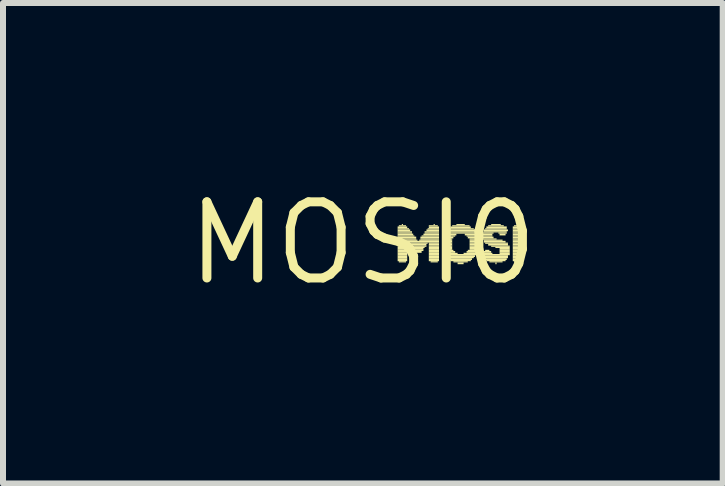
<source format=kicad_pcb>
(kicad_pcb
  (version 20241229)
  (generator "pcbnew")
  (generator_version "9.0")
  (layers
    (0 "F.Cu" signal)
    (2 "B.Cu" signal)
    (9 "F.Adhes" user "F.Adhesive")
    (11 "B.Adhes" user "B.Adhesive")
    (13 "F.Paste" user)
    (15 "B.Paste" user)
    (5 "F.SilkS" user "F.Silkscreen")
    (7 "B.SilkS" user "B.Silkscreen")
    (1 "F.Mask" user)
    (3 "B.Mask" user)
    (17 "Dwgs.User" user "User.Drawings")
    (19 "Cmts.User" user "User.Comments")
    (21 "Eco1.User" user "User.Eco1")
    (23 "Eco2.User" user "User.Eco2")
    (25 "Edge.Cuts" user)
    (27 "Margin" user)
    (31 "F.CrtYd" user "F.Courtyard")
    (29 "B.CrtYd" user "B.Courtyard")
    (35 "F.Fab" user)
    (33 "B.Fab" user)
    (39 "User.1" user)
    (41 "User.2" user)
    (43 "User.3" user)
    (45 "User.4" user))
  (footprint "MOSI0"
    (layer "F.Cu")
    (at 3.001 1.006)
    (property "Reference" "MOSI0" (at 0 0 0) (layer "F.SilkS") (effects (font (size 1.27 1.27) (thickness 0.15))))
    (fp_poly (pts (xy 0.58 -0.25) (xy 0.74 -0.25) (xy 0.74 -0.28) (xy 0.58 -0.28)) (stroke (width 0) (type default)) (fill yes) (layer "F.SilkS"))
    (fp_poly (pts (xy 0.58 -0.23) (xy 0.77 -0.23) (xy 0.77 -0.25) (xy 0.58 -0.25)) (stroke (width 0) (type default)) (fill yes) (layer "F.SilkS"))
    (fp_poly (pts (xy 0.58 -0.2) (xy 0.79 -0.2) (xy 0.79 -0.23) (xy 0.58 -0.23)) (stroke (width 0) (type default)) (fill yes) (layer "F.SilkS"))
    (fp_poly (pts (xy 0.58 -0.18) (xy 0.82 -0.18) (xy 0.82 -0.2) (xy 0.58 -0.2)) (stroke (width 0) (type default)) (fill yes) (layer "F.SilkS"))
    (fp_poly (pts (xy 0.58 -0.16) (xy 0.82 -0.16) (xy 0.82 -0.18) (xy 0.58 -0.18)) (stroke (width 0) (type default)) (fill yes) (layer "F.SilkS"))
    (fp_poly (pts (xy 0.58 -0.13) (xy 0.84 -0.13) (xy 0.84 -0.16) (xy 0.58 -0.16)) (stroke (width 0) (type default)) (fill yes) (layer "F.SilkS"))
    (fp_poly (pts (xy 0.58 -0.11) (xy 0.86 -0.11) (xy 0.86 -0.13) (xy 0.58 -0.13)) (stroke (width 0) (type default)) (fill yes) (layer "F.SilkS"))
    (fp_poly (pts (xy 0.58 -0.08) (xy 0.89 -0.08) (xy 0.89 -0.11) (xy 0.58 -0.11)) (stroke (width 0) (type default)) (fill yes) (layer "F.SilkS"))
    (fp_poly (pts (xy 0.58 -0.06) (xy 0.89 -0.06) (xy 0.89 -0.08) (xy 0.58 -0.08)) (stroke (width 0) (type default)) (fill yes) (layer "F.SilkS"))
    (fp_poly (pts (xy 0.58 -0.04) (xy 0.91 -0.04) (xy 0.91 -0.06) (xy 0.58 -0.06)) (stroke (width 0) (type default)) (fill yes) (layer "F.SilkS"))
    (fp_poly (pts (xy 0.58 -0.01) (xy 1.27 -0.01) (xy 1.27 -0.04) (xy 0.58 -0.04)) (stroke (width 0) (type default)) (fill yes) (layer "F.SilkS"))
    (fp_poly (pts (xy 0.58 0.01) (xy 0.74 0.01) (xy 0.74 -0.01) (xy 0.58 -0.01)) (stroke (width 0) (type default)) (fill yes) (layer "F.SilkS"))
    (fp_poly (pts (xy 0.58 0.04) (xy 0.74 0.04) (xy 0.74 0.01) (xy 0.58 0.01)) (stroke (width 0) (type default)) (fill yes) (layer "F.SilkS"))
    (fp_poly (pts (xy 0.58 0.06) (xy 0.74 0.06) (xy 0.74 0.04) (xy 0.58 0.04)) (stroke (width 0) (type default)) (fill yes) (layer "F.SilkS"))
    (fp_poly (pts (xy 0.58 0.08) (xy 0.74 0.08) (xy 0.74 0.06) (xy 0.58 0.06)) (stroke (width 0) (type default)) (fill yes) (layer "F.SilkS"))
    (fp_poly (pts (xy 0.58 0.11) (xy 0.74 0.11) (xy 0.74 0.08) (xy 0.58 0.08)) (stroke (width 0) (type default)) (fill yes) (layer "F.SilkS"))
    (fp_poly (pts (xy 0.58 0.13) (xy 0.74 0.13) (xy 0.74 0.11) (xy 0.58 0.11)) (stroke (width 0) (type default)) (fill yes) (layer "F.SilkS"))
    (fp_poly (pts (xy 0.58 0.16) (xy 0.74 0.16) (xy 0.74 0.13) (xy 0.58 0.13)) (stroke (width 0) (type default)) (fill yes) (layer "F.SilkS"))
    (fp_poly (pts (xy 0.58 0.18) (xy 0.74 0.18) (xy 0.74 0.16) (xy 0.58 0.16)) (stroke (width 0) (type default)) (fill yes) (layer "F.SilkS"))
    (fp_poly (pts (xy 0.58 0.2) (xy 0.74 0.2) (xy 0.74 0.18) (xy 0.58 0.18)) (stroke (width 0) (type default)) (fill yes) (layer "F.SilkS"))
    (fp_poly (pts (xy 0.58 0.23) (xy 0.74 0.23) (xy 0.74 0.2) (xy 0.58 0.2)) (stroke (width 0) (type default)) (fill yes) (layer "F.SilkS"))
    (fp_poly (pts (xy 0.58 0.25) (xy 0.74 0.25) (xy 0.74 0.23) (xy 0.58 0.23)) (stroke (width 0) (type default)) (fill yes) (layer "F.SilkS"))
    (fp_poly (pts (xy 0.58 0.28) (xy 0.74 0.28) (xy 0.74 0.25) (xy 0.58 0.25)) (stroke (width 0) (type default)) (fill yes) (layer "F.SilkS"))
    (fp_poly (pts (xy 0.58 0.3) (xy 0.74 0.3) (xy 0.74 0.28) (xy 0.58 0.28)) (stroke (width 0) (type default)) (fill yes) (layer "F.SilkS"))
    (fp_poly (pts (xy 0.6 -0.28) (xy 0.72 -0.28) (xy 0.72 -0.3) (xy 0.6 -0.3)) (stroke (width 0) (type default)) (fill yes) (layer "F.SilkS"))
    (fp_poly (pts (xy 0.6 0.32) (xy 0.72 0.32) (xy 0.72 0.3) (xy 0.6 0.3)) (stroke (width 0) (type default)) (fill yes) (layer "F.SilkS"))
    (fp_poly (pts (xy 0.65 -0.3) (xy 0.67 -0.3) (xy 0.67 -0.32) (xy 0.65 -0.32)) (stroke (width 0) (type default)) (fill yes) (layer "F.SilkS"))
    (fp_poly (pts (xy 0.77 0.01) (xy 1.08 0.01) (xy 1.08 -0.01) (xy 0.77 -0.01)) (stroke (width 0) (type default)) (fill yes) (layer "F.SilkS"))
    (fp_poly (pts (xy 0.77 0.04) (xy 1.06 0.04) (xy 1.06 0.01) (xy 0.77 0.01)) (stroke (width 0) (type default)) (fill yes) (layer "F.SilkS"))
    (fp_poly (pts (xy 0.79 0.06) (xy 1.06 0.06) (xy 1.06 0.04) (xy 0.79 0.04)) (stroke (width 0) (type default)) (fill yes) (layer "F.SilkS"))
    (fp_poly (pts (xy 0.82 0.08) (xy 1.03 0.08) (xy 1.03 0.06) (xy 0.82 0.06)) (stroke (width 0) (type default)) (fill yes) (layer "F.SilkS"))
    (fp_poly (pts (xy 0.84 0.11) (xy 1.01 0.11) (xy 1.01 0.08) (xy 0.84 0.08)) (stroke (width 0) (type default)) (fill yes) (layer "F.SilkS"))
    (fp_poly (pts (xy 0.84 0.13) (xy 1.01 0.13) (xy 1.01 0.11) (xy 0.84 0.11)) (stroke (width 0) (type default)) (fill yes) (layer "F.SilkS"))
    (fp_poly (pts (xy 0.86 0.16) (xy 0.98 0.16) (xy 0.98 0.13) (xy 0.86 0.13)) (stroke (width 0) (type default)) (fill yes) (layer "F.SilkS"))
    (fp_poly (pts (xy 0.94 -0.04) (xy 1.27 -0.04) (xy 1.27 -0.06) (xy 0.94 -0.06)) (stroke (width 0) (type default)) (fill yes) (layer "F.SilkS"))
    (fp_poly (pts (xy 0.96 -0.08) (xy 1.27 -0.08) (xy 1.27 -0.11) (xy 0.96 -0.11)) (stroke (width 0) (type default)) (fill yes) (layer "F.SilkS"))
    (fp_poly (pts (xy 0.96 -0.06) (xy 1.27 -0.06) (xy 1.27 -0.08) (xy 0.96 -0.08)) (stroke (width 0) (type default)) (fill yes) (layer "F.SilkS"))
    (fp_poly (pts (xy 0.98 -0.11) (xy 1.27 -0.11) (xy 1.27 -0.13) (xy 0.98 -0.13)) (stroke (width 0) (type default)) (fill yes) (layer "F.SilkS"))
    (fp_poly (pts (xy 1.01 -0.13) (xy 1.27 -0.13) (xy 1.27 -0.16) (xy 1.01 -0.16)) (stroke (width 0) (type default)) (fill yes) (layer "F.SilkS"))
    (fp_poly (pts (xy 1.03 -0.18) (xy 1.27 -0.18) (xy 1.27 -0.2) (xy 1.03 -0.2)) (stroke (width 0) (type default)) (fill yes) (layer "F.SilkS"))
    (fp_poly (pts (xy 1.03 -0.16) (xy 1.27 -0.16) (xy 1.27 -0.18) (xy 1.03 -0.18)) (stroke (width 0) (type default)) (fill yes) (layer "F.SilkS"))
    (fp_poly (pts (xy 1.06 -0.2) (xy 1.27 -0.2) (xy 1.27 -0.23) (xy 1.06 -0.23)) (stroke (width 0) (type default)) (fill yes) (layer "F.SilkS"))
    (fp_poly (pts (xy 1.08 -0.23) (xy 1.27 -0.23) (xy 1.27 -0.25) (xy 1.08 -0.25)) (stroke (width 0) (type default)) (fill yes) (layer "F.SilkS"))
    (fp_poly (pts (xy 1.1 -0.28) (xy 1.25 -0.28) (xy 1.25 -0.3) (xy 1.1 -0.3)) (stroke (width 0) (type default)) (fill yes) (layer "F.SilkS"))
    (fp_poly (pts (xy 1.1 -0.25) (xy 1.27 -0.25) (xy 1.27 -0.28) (xy 1.1 -0.28)) (stroke (width 0) (type default)) (fill yes) (layer "F.SilkS"))
    (fp_poly (pts (xy 1.1 0.01) (xy 1.27 0.01) (xy 1.27 -0.01) (xy 1.1 -0.01)) (stroke (width 0) (type default)) (fill yes) (layer "F.SilkS"))
    (fp_poly (pts (xy 1.1 0.04) (xy 1.27 0.04) (xy 1.27 0.01) (xy 1.1 0.01)) (stroke (width 0) (type default)) (fill yes) (layer "F.SilkS"))
    (fp_poly (pts (xy 1.1 0.06) (xy 1.27 0.06) (xy 1.27 0.04) (xy 1.1 0.04)) (stroke (width 0) (type default)) (fill yes) (layer "F.SilkS"))
    (fp_poly (pts (xy 1.1 0.08) (xy 1.27 0.08) (xy 1.27 0.06) (xy 1.1 0.06)) (stroke (width 0) (type default)) (fill yes) (layer "F.SilkS"))
    (fp_poly (pts (xy 1.1 0.11) (xy 1.27 0.11) (xy 1.27 0.08) (xy 1.1 0.08)) (stroke (width 0) (type default)) (fill yes) (layer "F.SilkS"))
    (fp_poly (pts (xy 1.1 0.13) (xy 1.27 0.13) (xy 1.27 0.11) (xy 1.1 0.11)) (stroke (width 0) (type default)) (fill yes) (layer "F.SilkS"))
    (fp_poly (pts (xy 1.1 0.16) (xy 1.27 0.16) (xy 1.27 0.13) (xy 1.1 0.13)) (stroke (width 0) (type default)) (fill yes) (layer "F.SilkS"))
    (fp_poly (pts (xy 1.1 0.18) (xy 1.27 0.18) (xy 1.27 0.16) (xy 1.1 0.16)) (stroke (width 0) (type default)) (fill yes) (layer "F.SilkS"))
    (fp_poly (pts (xy 1.1 0.2) (xy 1.27 0.2) (xy 1.27 0.18) (xy 1.1 0.18)) (stroke (width 0) (type default)) (fill yes) (layer "F.SilkS"))
    (fp_poly (pts (xy 1.1 0.23) (xy 1.27 0.23) (xy 1.27 0.2) (xy 1.1 0.2)) (stroke (width 0) (type default)) (fill yes) (layer "F.SilkS"))
    (fp_poly (pts (xy 1.1 0.25) (xy 1.27 0.25) (xy 1.27 0.23) (xy 1.1 0.23)) (stroke (width 0) (type default)) (fill yes) (layer "F.SilkS"))
    (fp_poly (pts (xy 1.1 0.28) (xy 1.27 0.28) (xy 1.27 0.25) (xy 1.1 0.25)) (stroke (width 0) (type default)) (fill yes) (layer "F.SilkS"))
    (fp_poly (pts (xy 1.1 0.3) (xy 1.27 0.3) (xy 1.27 0.28) (xy 1.1 0.28)) (stroke (width 0) (type default)) (fill yes) (layer "F.SilkS"))
    (fp_poly (pts (xy 1.13 0.32) (xy 1.25 0.32) (xy 1.25 0.3) (xy 1.13 0.3)) (stroke (width 0) (type default)) (fill yes) (layer "F.SilkS"))
    (fp_poly (pts (xy 1.18 -0.3) (xy 1.2 -0.3) (xy 1.2 -0.32) (xy 1.18 -0.32)) (stroke (width 0) (type default)) (fill yes) (layer "F.SilkS"))
    (fp_poly (pts (xy 1.32 -0.08) (xy 1.51 -0.08) (xy 1.51 -0.11) (xy 1.32 -0.11)) (stroke (width 0) (type default)) (fill yes) (layer "F.SilkS"))
    (fp_poly (pts (xy 1.32 -0.06) (xy 1.49 -0.06) (xy 1.49 -0.08) (xy 1.32 -0.08)) (stroke (width 0) (type default)) (fill yes) (layer "F.SilkS"))
    (fp_poly (pts (xy 1.32 -0.04) (xy 1.49 -0.04) (xy 1.49 -0.06) (xy 1.32 -0.06)) (stroke (width 0) (type default)) (fill yes) (layer "F.SilkS"))
    (fp_poly (pts (xy 1.32 -0.01) (xy 1.49 -0.01) (xy 1.49 -0.04) (xy 1.32 -0.04)) (stroke (width 0) (type default)) (fill yes) (layer "F.SilkS"))
    (fp_poly (pts (xy 1.32 0.01) (xy 1.49 0.01) (xy 1.49 -0.01) (xy 1.32 -0.01)) (stroke (width 0) (type default)) (fill yes) (layer "F.SilkS"))
    (fp_poly (pts (xy 1.32 0.04) (xy 1.49 0.04) (xy 1.49 0.01) (xy 1.32 0.01)) (stroke (width 0) (type default)) (fill yes) (layer "F.SilkS"))
    (fp_poly (pts (xy 1.32 0.06) (xy 1.49 0.06) (xy 1.49 0.04) (xy 1.32 0.04)) (stroke (width 0) (type default)) (fill yes) (layer "F.SilkS"))
    (fp_poly (pts (xy 1.32 0.08) (xy 1.49 0.08) (xy 1.49 0.06) (xy 1.32 0.06)) (stroke (width 0) (type default)) (fill yes) (layer "F.SilkS"))
    (fp_poly (pts (xy 1.32 0.11) (xy 1.49 0.11) (xy 1.49 0.08) (xy 1.32 0.08)) (stroke (width 0) (type default)) (fill yes) (layer "F.SilkS"))
    (fp_poly (pts (xy 1.32 0.13) (xy 1.51 0.13) (xy 1.51 0.11) (xy 1.32 0.11)) (stroke (width 0) (type default)) (fill yes) (layer "F.SilkS"))
    (fp_poly (pts (xy 1.34 -0.13) (xy 1.56 -0.13) (xy 1.56 -0.16) (xy 1.34 -0.16)) (stroke (width 0) (type default)) (fill yes) (layer "F.SilkS"))
    (fp_poly (pts (xy 1.34 -0.11) (xy 1.54 -0.11) (xy 1.54 -0.13) (xy 1.34 -0.13)) (stroke (width 0) (type default)) (fill yes) (layer "F.SilkS"))
    (fp_poly (pts (xy 1.34 0.16) (xy 1.54 0.16) (xy 1.54 0.13) (xy 1.34 0.13)) (stroke (width 0) (type default)) (fill yes) (layer "F.SilkS"))
    (fp_poly (pts (xy 1.34 0.18) (xy 1.58 0.18) (xy 1.58 0.16) (xy 1.34 0.16)) (stroke (width 0) (type default)) (fill yes) (layer "F.SilkS"))
    (fp_poly (pts (xy 1.37 -0.18) (xy 1.9 -0.18) (xy 1.9 -0.2) (xy 1.37 -0.2)) (stroke (width 0) (type default)) (fill yes) (layer "F.SilkS"))
    (fp_poly (pts (xy 1.37 -0.16) (xy 1.9 -0.16) (xy 1.9 -0.18) (xy 1.37 -0.18)) (stroke (width 0) (type default)) (fill yes) (layer "F.SilkS"))
    (fp_poly (pts (xy 1.37 0.2) (xy 1.9 0.2) (xy 1.9 0.18) (xy 1.37 0.18)) (stroke (width 0) (type default)) (fill yes) (layer "F.SilkS"))
    (fp_poly (pts (xy 1.39 -0.2) (xy 1.87 -0.2) (xy 1.87 -0.23) (xy 1.39 -0.23)) (stroke (width 0) (type default)) (fill yes) (layer "F.SilkS"))
    (fp_poly (pts (xy 1.39 0.23) (xy 1.87 0.23) (xy 1.87 0.2) (xy 1.39 0.2)) (stroke (width 0) (type default)) (fill yes) (layer "F.SilkS"))
    (fp_poly (pts (xy 1.42 -0.23) (xy 1.85 -0.23) (xy 1.85 -0.25) (xy 1.42 -0.25)) (stroke (width 0) (type default)) (fill yes) (layer "F.SilkS"))
    (fp_poly (pts (xy 1.42 0.25) (xy 1.85 0.25) (xy 1.85 0.23) (xy 1.42 0.23)) (stroke (width 0) (type default)) (fill yes) (layer "F.SilkS"))
    (fp_poly (pts (xy 1.44 0.28) (xy 1.82 0.28) (xy 1.82 0.25) (xy 1.44 0.25)) (stroke (width 0) (type default)) (fill yes) (layer "F.SilkS"))
    (fp_poly (pts (xy 1.46 -0.25) (xy 1.8 -0.25) (xy 1.8 -0.28) (xy 1.46 -0.28)) (stroke (width 0) (type default)) (fill yes) (layer "F.SilkS"))
    (fp_poly (pts (xy 1.46 0.3) (xy 1.8 0.3) (xy 1.8 0.28) (xy 1.46 0.28)) (stroke (width 0) (type default)) (fill yes) (layer "F.SilkS"))
    (fp_poly (pts (xy 1.49 -0.28) (xy 1.78 -0.28) (xy 1.78 -0.3) (xy 1.49 -0.3)) (stroke (width 0) (type default)) (fill yes) (layer "F.SilkS"))
    (fp_poly (pts (xy 1.51 0.32) (xy 1.75 0.32) (xy 1.75 0.3) (xy 1.51 0.3)) (stroke (width 0) (type default)) (fill yes) (layer "F.SilkS"))
    (fp_poly (pts (xy 1.56 -0.3) (xy 1.7 -0.3) (xy 1.7 -0.32) (xy 1.56 -0.32)) (stroke (width 0) (type default)) (fill yes) (layer "F.SilkS"))
    (fp_poly (pts (xy 1.58 0.35) (xy 1.68 0.35) (xy 1.68 0.32) (xy 1.58 0.32)) (stroke (width 0) (type default)) (fill yes) (layer "F.SilkS"))
    (fp_poly (pts (xy 1.68 0.18) (xy 1.92 0.18) (xy 1.92 0.16) (xy 1.68 0.16)) (stroke (width 0) (type default)) (fill yes) (layer "F.SilkS"))
    (fp_poly (pts (xy 1.7 -0.13) (xy 1.92 -0.13) (xy 1.92 -0.16) (xy 1.7 -0.16)) (stroke (width 0) (type default)) (fill yes) (layer "F.SilkS"))
    (fp_poly (pts (xy 1.73 -0.11) (xy 1.92 -0.11) (xy 1.92 -0.13) (xy 1.73 -0.13)) (stroke (width 0) (type default)) (fill yes) (layer "F.SilkS"))
    (fp_poly (pts (xy 1.73 0.16) (xy 1.92 0.16) (xy 1.92 0.13) (xy 1.73 0.13)) (stroke (width 0) (type default)) (fill yes) (layer "F.SilkS"))
    (fp_poly (pts (xy 1.75 -0.08) (xy 1.94 -0.08) (xy 1.94 -0.11) (xy 1.75 -0.11)) (stroke (width 0) (type default)) (fill yes) (layer "F.SilkS"))
    (fp_poly (pts (xy 1.75 0.13) (xy 1.92 0.13) (xy 1.92 0.11) (xy 1.75 0.11)) (stroke (width 0) (type default)) (fill yes) (layer "F.SilkS"))
    (fp_poly (pts (xy 1.78 -0.06) (xy 1.94 -0.06) (xy 1.94 -0.08) (xy 1.78 -0.08)) (stroke (width 0) (type default)) (fill yes) (layer "F.SilkS"))
    (fp_poly (pts (xy 1.78 -0.04) (xy 1.94 -0.04) (xy 1.94 -0.06) (xy 1.78 -0.06)) (stroke (width 0) (type default)) (fill yes) (layer "F.SilkS"))
    (fp_poly (pts (xy 1.78 -0.01) (xy 1.94 -0.01) (xy 1.94 -0.04) (xy 1.78 -0.04)) (stroke (width 0) (type default)) (fill yes) (layer "F.SilkS"))
    (fp_poly (pts (xy 1.78 0.01) (xy 1.94 0.01) (xy 1.94 -0.01) (xy 1.78 -0.01)) (stroke (width 0) (type default)) (fill yes) (layer "F.SilkS"))
    (fp_poly (pts (xy 1.78 0.04) (xy 1.94 0.04) (xy 1.94 0.01) (xy 1.78 0.01)) (stroke (width 0) (type default)) (fill yes) (layer "F.SilkS"))
    (fp_poly (pts (xy 1.78 0.06) (xy 1.94 0.06) (xy 1.94 0.04) (xy 1.78 0.04)) (stroke (width 0) (type default)) (fill yes) (layer "F.SilkS"))
    (fp_poly (pts (xy 1.78 0.08) (xy 1.94 0.08) (xy 1.94 0.06) (xy 1.78 0.06)) (stroke (width 0) (type default)) (fill yes) (layer "F.SilkS"))
    (fp_poly (pts (xy 1.78 0.11) (xy 1.94 0.11) (xy 1.94 0.08) (xy 1.78 0.08)) (stroke (width 0) (type default)) (fill yes) (layer "F.SilkS"))
    (fp_poly (pts (xy 1.99 -0.16) (xy 2.18 -0.16) (xy 2.18 -0.18) (xy 1.99 -0.18)) (stroke (width 0) (type default)) (fill yes) (layer "F.SilkS"))
    (fp_poly (pts (xy 1.99 -0.13) (xy 2.16 -0.13) (xy 2.16 -0.16) (xy 1.99 -0.16)) (stroke (width 0) (type default)) (fill yes) (layer "F.SilkS"))
    (fp_poly (pts (xy 1.99 -0.11) (xy 2.16 -0.11) (xy 2.16 -0.13) (xy 1.99 -0.13)) (stroke (width 0) (type default)) (fill yes) (layer "F.SilkS"))
    (fp_poly (pts (xy 1.99 -0.08) (xy 2.18 -0.08) (xy 2.18 -0.11) (xy 1.99 -0.11)) (stroke (width 0) (type default)) (fill yes) (layer "F.SilkS"))
    (fp_poly (pts (xy 1.99 -0.06) (xy 2.23 -0.06) (xy 2.23 -0.08) (xy 1.99 -0.08)) (stroke (width 0) (type default)) (fill yes) (layer "F.SilkS"))
    (fp_poly (pts (xy 1.99 0.18) (xy 2.16 0.18) (xy 2.16 0.16) (xy 1.99 0.16)) (stroke (width 0) (type default)) (fill yes) (layer "F.SilkS"))
    (fp_poly (pts (xy 1.99 0.2) (xy 2.45 0.2) (xy 2.45 0.18) (xy 1.99 0.18)) (stroke (width 0) (type default)) (fill yes) (layer "F.SilkS"))
    (fp_poly (pts (xy 1.99 0.23) (xy 2.42 0.23) (xy 2.42 0.2) (xy 1.99 0.2)) (stroke (width 0) (type default)) (fill yes) (layer "F.SilkS"))
    (fp_poly (pts (xy 2.02 -0.2) (xy 2.42 -0.2) (xy 2.42 -0.23) (xy 2.02 -0.23)) (stroke (width 0) (type default)) (fill yes) (layer "F.SilkS"))
    (fp_poly (pts (xy 2.02 -0.18) (xy 2.4 -0.18) (xy 2.4 -0.2) (xy 2.02 -0.2)) (stroke (width 0) (type default)) (fill yes) (layer "F.SilkS"))
    (fp_poly (pts (xy 2.02 -0.04) (xy 2.33 -0.04) (xy 2.33 -0.06) (xy 2.02 -0.06)) (stroke (width 0) (type default)) (fill yes) (layer "F.SilkS"))
    (fp_poly (pts (xy 2.02 -0.01) (xy 2.38 -0.01) (xy 2.38 -0.04) (xy 2.02 -0.04)) (stroke (width 0) (type default)) (fill yes) (layer "F.SilkS"))
    (fp_poly (pts (xy 2.02 0.16) (xy 2.14 0.16) (xy 2.14 0.13) (xy 2.02 0.13)) (stroke (width 0) (type default)) (fill yes) (layer "F.SilkS"))
    (fp_poly (pts (xy 2.02 0.25) (xy 2.42 0.25) (xy 2.42 0.23) (xy 2.02 0.23)) (stroke (width 0) (type default)) (fill yes) (layer "F.SilkS"))
    (fp_poly (pts (xy 2.04 -0.23) (xy 2.4 -0.23) (xy 2.4 -0.25) (xy 2.04 -0.25)) (stroke (width 0) (type default)) (fill yes) (layer "F.SilkS"))
    (fp_poly (pts (xy 2.04 0.01) (xy 2.42 0.01) (xy 2.42 -0.01) (xy 2.04 -0.01)) (stroke (width 0) (type default)) (fill yes) (layer "F.SilkS"))
    (fp_poly (pts (xy 2.04 0.13) (xy 2.11 0.13) (xy 2.11 0.11) (xy 2.04 0.11)) (stroke (width 0) (type default)) (fill yes) (layer "F.SilkS"))
    (fp_poly (pts (xy 2.04 0.28) (xy 2.4 0.28) (xy 2.4 0.25) (xy 2.04 0.25)) (stroke (width 0) (type default)) (fill yes) (layer "F.SilkS"))
    (fp_poly (pts (xy 2.06 -0.25) (xy 2.4 -0.25) (xy 2.4 -0.28) (xy 2.06 -0.28)) (stroke (width 0) (type default)) (fill yes) (layer "F.SilkS"))
    (fp_poly (pts (xy 2.06 0.3) (xy 2.38 0.3) (xy 2.38 0.28) (xy 2.06 0.28)) (stroke (width 0) (type default)) (fill yes) (layer "F.SilkS"))
    (fp_poly (pts (xy 2.09 -0.28) (xy 2.35 -0.28) (xy 2.35 -0.3) (xy 2.09 -0.3)) (stroke (width 0) (type default)) (fill yes) (layer "F.SilkS"))
    (fp_poly (pts (xy 2.09 0.04) (xy 2.42 0.04) (xy 2.42 0.01) (xy 2.09 0.01)) (stroke (width 0) (type default)) (fill yes) (layer "F.SilkS"))
    (fp_poly (pts (xy 2.11 0.32) (xy 2.33 0.32) (xy 2.33 0.3) (xy 2.11 0.3)) (stroke (width 0) (type default)) (fill yes) (layer "F.SilkS"))
    (fp_poly (pts (xy 2.14 -0.3) (xy 2.3 -0.3) (xy 2.3 -0.32) (xy 2.14 -0.32)) (stroke (width 0) (type default)) (fill yes) (layer "F.SilkS"))
    (fp_poly (pts (xy 2.14 0.06) (xy 2.45 0.06) (xy 2.45 0.04) (xy 2.14 0.04)) (stroke (width 0) (type default)) (fill yes) (layer "F.SilkS"))
    (fp_poly (pts (xy 2.21 0.08) (xy 2.45 0.08) (xy 2.45 0.06) (xy 2.21 0.06)) (stroke (width 0) (type default)) (fill yes) (layer "F.SilkS"))
    (fp_poly (pts (xy 2.21 0.35) (xy 2.23 0.35) (xy 2.23 0.32) (xy 2.21 0.32)) (stroke (width 0) (type default)) (fill yes) (layer "F.SilkS"))
    (fp_poly (pts (xy 2.26 -0.16) (xy 2.4 -0.16) (xy 2.4 -0.18) (xy 2.26 -0.18)) (stroke (width 0) (type default)) (fill yes) (layer "F.SilkS"))
    (fp_poly (pts (xy 2.28 -0.13) (xy 2.38 -0.13) (xy 2.38 -0.16) (xy 2.28 -0.16)) (stroke (width 0) (type default)) (fill yes) (layer "F.SilkS"))
    (fp_poly (pts (xy 2.28 0.11) (xy 2.45 0.11) (xy 2.45 0.08) (xy 2.28 0.08)) (stroke (width 0) (type default)) (fill yes) (layer "F.SilkS"))
    (fp_poly (pts (xy 2.28 0.13) (xy 2.45 0.13) (xy 2.45 0.11) (xy 2.28 0.11)) (stroke (width 0) (type default)) (fill yes) (layer "F.SilkS"))
    (fp_poly (pts (xy 2.28 0.16) (xy 2.45 0.16) (xy 2.45 0.13) (xy 2.28 0.13)) (stroke (width 0) (type default)) (fill yes) (layer "F.SilkS"))
    (fp_poly (pts (xy 2.28 0.18) (xy 2.45 0.18) (xy 2.45 0.16) (xy 2.28 0.16)) (stroke (width 0) (type default)) (fill yes) (layer "F.SilkS"))
    (fp_poly (pts (xy 2.5 -0.25) (xy 2.66 -0.25) (xy 2.66 -0.28) (xy 2.5 -0.28)) (stroke (width 0) (type default)) (fill yes) (layer "F.SilkS"))
    (fp_poly (pts (xy 2.5 -0.23) (xy 2.66 -0.23) (xy 2.66 -0.25) (xy 2.5 -0.25)) (stroke (width 0) (type default)) (fill yes) (layer "F.SilkS"))
    (fp_poly (pts (xy 2.5 -0.2) (xy 2.66 -0.2) (xy 2.66 -0.23) (xy 2.5 -0.23)) (stroke (width 0) (type default)) (fill yes) (layer "F.SilkS"))
    (fp_poly (pts (xy 2.5 -0.18) (xy 2.66 -0.18) (xy 2.66 -0.2) (xy 2.5 -0.2)) (stroke (width 0) (type default)) (fill yes) (layer "F.SilkS"))
    (fp_poly (pts (xy 2.5 -0.16) (xy 2.66 -0.16) (xy 2.66 -0.18) (xy 2.5 -0.18)) (stroke (width 0) (type default)) (fill yes) (layer "F.SilkS"))
    (fp_poly (pts (xy 2.5 -0.13) (xy 2.66 -0.13) (xy 2.66 -0.16) (xy 2.5 -0.16)) (stroke (width 0) (type default)) (fill yes) (layer "F.SilkS"))
    (fp_poly (pts (xy 2.5 -0.11) (xy 2.66 -0.11) (xy 2.66 -0.13) (xy 2.5 -0.13)) (stroke (width 0) (type default)) (fill yes) (layer "F.SilkS"))
    (fp_poly (pts (xy 2.5 -0.08) (xy 2.66 -0.08) (xy 2.66 -0.11) (xy 2.5 -0.11)) (stroke (width 0) (type default)) (fill yes) (layer "F.SilkS"))
    (fp_poly (pts (xy 2.5 -0.06) (xy 2.66 -0.06) (xy 2.66 -0.08) (xy 2.5 -0.08)) (stroke (width 0) (type default)) (fill yes) (layer "F.SilkS"))
    (fp_poly (pts (xy 2.5 -0.04) (xy 2.66 -0.04) (xy 2.66 -0.06) (xy 2.5 -0.06)) (stroke (width 0) (type default)) (fill yes) (layer "F.SilkS"))
    (fp_poly (pts (xy 2.5 -0.01) (xy 2.66 -0.01) (xy 2.66 -0.04) (xy 2.5 -0.04)) (stroke (width 0) (type default)) (fill yes) (layer "F.SilkS"))
    (fp_poly (pts (xy 2.5 0.01) (xy 2.66 0.01) (xy 2.66 -0.01) (xy 2.5 -0.01)) (stroke (width 0) (type default)) (fill yes) (layer "F.SilkS"))
    (fp_poly (pts (xy 2.5 0.04) (xy 2.66 0.04) (xy 2.66 0.01) (xy 2.5 0.01)) (stroke (width 0) (type default)) (fill yes) (layer "F.SilkS"))
    (fp_poly (pts (xy 2.5 0.06) (xy 2.66 0.06) (xy 2.66 0.04) (xy 2.5 0.04)) (stroke (width 0) (type default)) (fill yes) (layer "F.SilkS"))
    (fp_poly (pts (xy 2.5 0.08) (xy 2.66 0.08) (xy 2.66 0.06) (xy 2.5 0.06)) (stroke (width 0) (type default)) (fill yes) (layer "F.SilkS"))
    (fp_poly (pts (xy 2.5 0.11) (xy 2.66 0.11) (xy 2.66 0.08) (xy 2.5 0.08)) (stroke (width 0) (type default)) (fill yes) (layer "F.SilkS"))
    (fp_poly (pts (xy 2.5 0.13) (xy 2.66 0.13) (xy 2.66 0.11) (xy 2.5 0.11)) (stroke (width 0) (type default)) (fill yes) (layer "F.SilkS"))
    (fp_poly (pts (xy 2.5 0.16) (xy 2.66 0.16) (xy 2.66 0.13) (xy 2.5 0.13)) (stroke (width 0) (type default)) (fill yes) (layer "F.SilkS"))
    (fp_poly (pts (xy 2.5 0.18) (xy 2.66 0.18) (xy 2.66 0.16) (xy 2.5 0.16)) (stroke (width 0) (type default)) (fill yes) (layer "F.SilkS"))
    (fp_poly (pts (xy 2.5 0.2) (xy 2.66 0.2) (xy 2.66 0.18) (xy 2.5 0.18)) (stroke (width 0) (type default)) (fill yes) (layer "F.SilkS"))
    (fp_poly (pts (xy 2.5 0.23) (xy 2.66 0.23) (xy 2.66 0.2) (xy 2.5 0.2)) (stroke (width 0) (type default)) (fill yes) (layer "F.SilkS"))
    (fp_poly (pts (xy 2.5 0.25) (xy 2.66 0.25) (xy 2.66 0.23) (xy 2.5 0.23)) (stroke (width 0) (type default)) (fill yes) (layer "F.SilkS"))
    (fp_poly (pts (xy 2.5 0.28) (xy 2.66 0.28) (xy 2.66 0.25) (xy 2.5 0.25)) (stroke (width 0) (type default)) (fill yes) (layer "F.SilkS"))
    (fp_poly (pts (xy 2.5 0.3) (xy 2.66 0.3) (xy 2.66 0.28) (xy 2.5 0.28)) (stroke (width 0) (type default)) (fill yes) (layer "F.SilkS"))
    (fp_poly (pts (xy 2.52 -0.28) (xy 2.66 -0.28) (xy 2.66 -0.3) (xy 2.52 -0.3)) (stroke (width 0) (type default)) (fill yes) (layer "F.SilkS"))
    (fp_poly (pts (xy 2.52 0.32) (xy 2.64 0.32) (xy 2.64 0.3) (xy 2.52 0.3)) (stroke (width 0) (type default)) (fill yes) (layer "F.SilkS"))
    (fp_poly (pts (xy 2.57 -0.3) (xy 2.59 -0.3) (xy 2.59 -0.32) (xy 2.57 -0.32)) (stroke (width 0) (type default)) (fill yes) (layer "F.SilkS")))
  (gr_rect
    (start -3 -3)
    (end 9.002 5.012)
    (stroke (width 0.1) (type default))
    (fill no)
    (layer "Edge.Cuts")))
</source>
